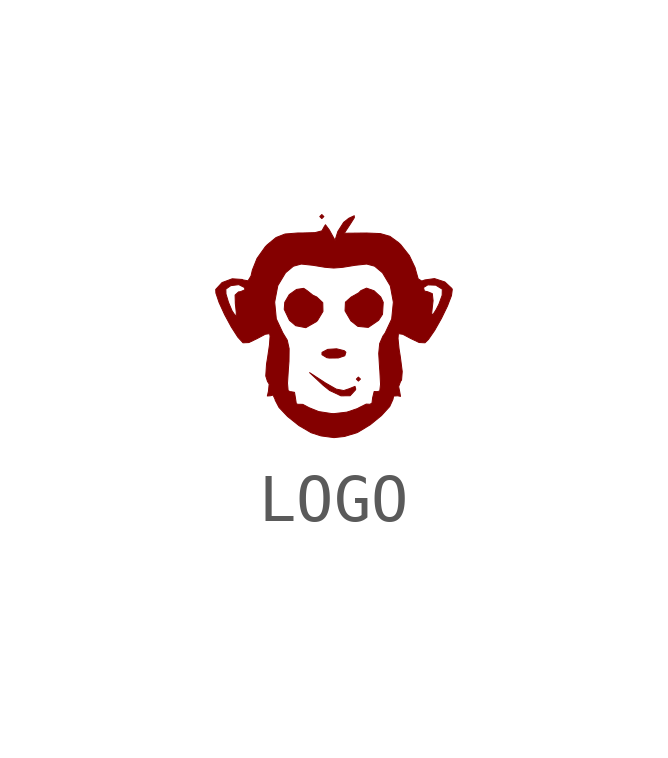
<source format=kicad_sym>
(kicad_symbol_lib
  (version 20220914)
  (generator bitmap2component)
  (symbol "LOGO"
    (pin_names
      (offset 1.016))
    (property "Reference" "#G"
      (at 0 4.53 0)
      (effects (font (size 1.27 1.27)) hide))
    (symbol "LOGO_0_0"
      (polyline (pts (xy 0.26 -2.339) (xy 0.519 -2.261) (xy 0.545 -2.248) (xy 0.797 -2.095) (xy 1.031 -1.904) (xy 1.203 -1.715) (xy 1.27 -1.567) (xy 1.285 -1.497) (xy 1.369 -1.491) (xy 1.428 -1.503) (xy 1.409 -1.397) (xy 1.389 -1.3) (xy 1.429 -1.192) (xy 1.45 -1.162) (xy 1.464 -0.987) (xy 1.426 -0.69) (xy 1.397 -0.506) (xy 1.376 -0.295) (xy 1.384 -0.196) (xy 1.385 -0.196) (xy 1.477 -0.21) (xy 1.64 -0.297) (xy 1.816 -0.381) (xy 1.938 -0.387) (xy 2.009 -0.318) (xy 2.139 -0.13) (xy 2.28 0.119) (xy 2.406 0.378) (xy 2.49 0.597) (xy 2.507 0.725) (xy 2.498 0.745) (xy 2.352 0.881) (xy 2.136 0.951) (xy 1.935 0.923) (xy 1.871 0.9) (xy 1.796 0.946) (xy 1.744 1.13) (xy 1.732 1.178) (xy 1.613 1.429) (xy 1.433 1.657) (xy 1.384 1.703) (xy 1.207 1.832) (xy 1.008 1.889) (xy 0.715 1.901) (xy 0.256 1.896) (xy 0.388 2.097) (xy 0.466 2.221) (xy 0.464 2.261) (xy 0.35 2.208) (xy 0.243 2.123) (xy 0.122 1.933) (xy 0.064 1.749) (xy -0.05 1.954) (xy -0.054 1.962) (xy -0.136 2.073) (xy -0.166 2.027) (xy -0.167 2.023) (xy -0.21 1.946) (xy -0.353 1.909) (xy -0.629 1.901) (xy -0.717 1.901) (xy -0.979 1.88) (xy -1.165 1.807) (xy -1.348 1.657) (xy -1.39 1.614) (xy -1.562 1.372) (xy -1.659 1.13) (xy -1.687 1.007) (xy -1.749 0.905) (xy -1.851 0.923) (xy -1.871 0.933) (xy -2.079 0.947) (xy -2.291 0.868) (xy -2.416 0.732) (xy -2.212 0.732) (xy -2.109 0.804) (xy -1.942 0.825) (xy -1.822 0.764) (xy -1.815 0.717) (xy -1.91 0.677) (xy -1.947 0.674) (xy -2.019 0.608) (xy -2.015 0.461) (xy -1.194 0.461) (xy -1.129 0.804) (xy -0.968 1.072) (xy -0.804 1.209) (xy -0.64 1.254) (xy -0.396 1.228) (xy -0.148 1.187) (xy 0.036 1.171) (xy 0.218 1.185) (xy 0.481 1.228) (xy 0.724 1.254) (xy 0.888 1.21) (xy 1.052 1.072) (xy 1.053 1.071) (xy 1.214 0.802) (xy 1.222 0.764) (xy 1.906 0.764) (xy 1.997 0.82) (xy 2.163 0.814) (xy 2.296 0.732) (xy 2.299 0.729) (xy 2.296 0.604) (xy 2.227 0.415) (xy 2.172 0.308) (xy 2.098 0.19) (xy 2.077 0.228) (xy 2.099 0.423) (xy 2.107 0.49) (xy 2.091 0.637) (xy 1.994 0.677) (xy 1.926 0.691) (xy 1.906 0.764) (xy 1.222 0.764) (xy 1.279 0.459) (xy 1.244 0.108) (xy 1.107 -0.184) (xy 1.061 -0.248) (xy 0.994 -0.402) (xy 0.974 -0.61) (xy 0.993 -0.928) (xy 0.997 -0.966) (xy 1.012 -1.251) (xy 0.996 -1.391) (xy 0.944 -1.405) (xy 0.879 -1.402) (xy 0.847 -1.533) (xy 0.834 -1.641) (xy 0.793 -1.668) (xy 0.714 -1.664) (xy 0.563 -1.739) (xy 0.532 -1.757) (xy 0.31 -1.832) (xy 0.042 -1.863) (xy -0.012 -1.861) (xy -0.278 -1.82) (xy -0.478 -1.739) (xy -0.608 -1.67) (xy -0.709 -1.668) (xy -0.743 -1.659) (xy -0.762 -1.533) (xy -0.781 -1.419) (xy -0.86 -1.405) (xy -0.867 -1.409) (xy -0.914 -1.383) (xy -0.927 -1.229) (xy -0.908 -0.928) (xy -0.896 -0.772) (xy -0.893 -0.509) (xy -0.932 -0.332) (xy -1.022 -0.184) (xy -1.023 -0.183) (xy -1.16 0.11) (xy -1.194 0.461) (xy -2.015 0.461) (xy -2.014 0.423) (xy -2.013 0.418) (xy -1.994 0.242) (xy -1.998 0.169) (xy -2.013 0.176) (xy -2.082 0.279) (xy -2.156 0.455) (xy -2.209 0.63) (xy -2.212 0.732) (xy -2.416 0.732) (xy -2.423 0.725) (xy -2.419 0.649) (xy -2.353 0.453) (xy -2.238 0.201) (xy -2.099 -0.056) (xy -1.962 -0.269) (xy -1.854 -0.387) (xy -1.732 -0.382) (xy -1.555 -0.297) (xy -1.552 -0.295) (xy -1.39 -0.209) (xy -1.3 -0.196) (xy -1.29 -0.25) (xy -1.303 -0.432) (xy -1.341 -0.69) (xy -1.364 -0.829) (xy -1.38 -1.078) (xy -1.344 -1.192) (xy -1.309 -1.247) (xy -1.324 -1.397) (xy -1.347 -1.495) (xy -1.284 -1.491) (xy -1.228 -1.476) (xy -1.185 -1.567) (xy -1.185 -1.579) (xy -1.104 -1.734) (xy -0.923 -1.925) (xy -0.686 -2.114) (xy -0.434 -2.261) (xy -0.229 -2.327) (xy 0.042 -2.363) (xy 0.26 -2.339)) (stroke (width 0.01) (type default)) (fill (type outline)))
      (polyline (pts (xy -0.169 2.244) (xy -0.212 2.286) (xy -0.254 2.244) (xy -0.212 2.201) (xy -0.169 2.244)) (stroke (width 0.01) (type default)) (fill (type outline)))
      (polyline (pts (xy 0.378 -1.49) (xy 0.49 -1.368) (xy 0.495 -1.351) (xy 0.48 -1.295) (xy 0.357 -1.345) (xy 0.245 -1.382) (xy 0.088 -1.352) (xy -0.139 -1.222) (xy -0.466 -1.009) (xy -0.184 -1.272) (xy -0.048 -1.381) (xy 0.187 -1.492) (xy 0.378 -1.49)) (stroke (width 0.01) (type default)) (fill (type outline)))
      (polyline (pts (xy 0.593 -1.143) (xy 0.55 -1.101) (xy 0.508 -1.143) (xy 0.55 -1.185) (xy 0.593 -1.143)) (stroke (width 0.01) (type default)) (fill (type outline)))
      (polyline (pts (xy 0.131 -0.703) (xy 0.267 -0.657) (xy 0.29 -0.583) (xy 0.255 -0.551) (xy 0.097 -0.512) (xy -0.089 -0.524) (xy -0.208 -0.586) (xy -0.209 -0.635) (xy -0.107 -0.697) (xy -0.058 -0.705) (xy 0.131 -0.703)) (stroke (width 0.01) (type default)) (fill (type outline)))
      (polyline (pts (xy -0.324 0.055) (xy -0.302 0.077) (xy -0.188 0.267) (xy -0.192 0.449) (xy -0.318 0.568) (xy -0.4 0.606) (xy -0.519 0.701) (xy -0.589 0.748) (xy -0.739 0.725) (xy -0.89 0.618) (xy -0.984 0.457) (xy -0.995 0.31) (xy -0.886 0.081) (xy -0.755 -0.031) (xy -0.546 -0.072) (xy -0.324 0.055)) (stroke (width 0.01) (type default)) (fill (type outline)))
      (polyline (pts (xy 0.971 0.081) (xy 1.053 0.207) (xy 1.068 0.457) (xy 1.016 0.568) (xy 0.877 0.697) (xy 0.72 0.752) (xy 0.603 0.701) (xy 0.556 0.654) (xy 0.402 0.568) (xy 0.28 0.46) (xy 0.272 0.278) (xy 0.394 0.07) (xy 0.54 -0.045) (xy 0.756 -0.066) (xy 0.971 0.081)) (stroke (width 0.01) (type default)) (fill (type outline))))))
</source>
